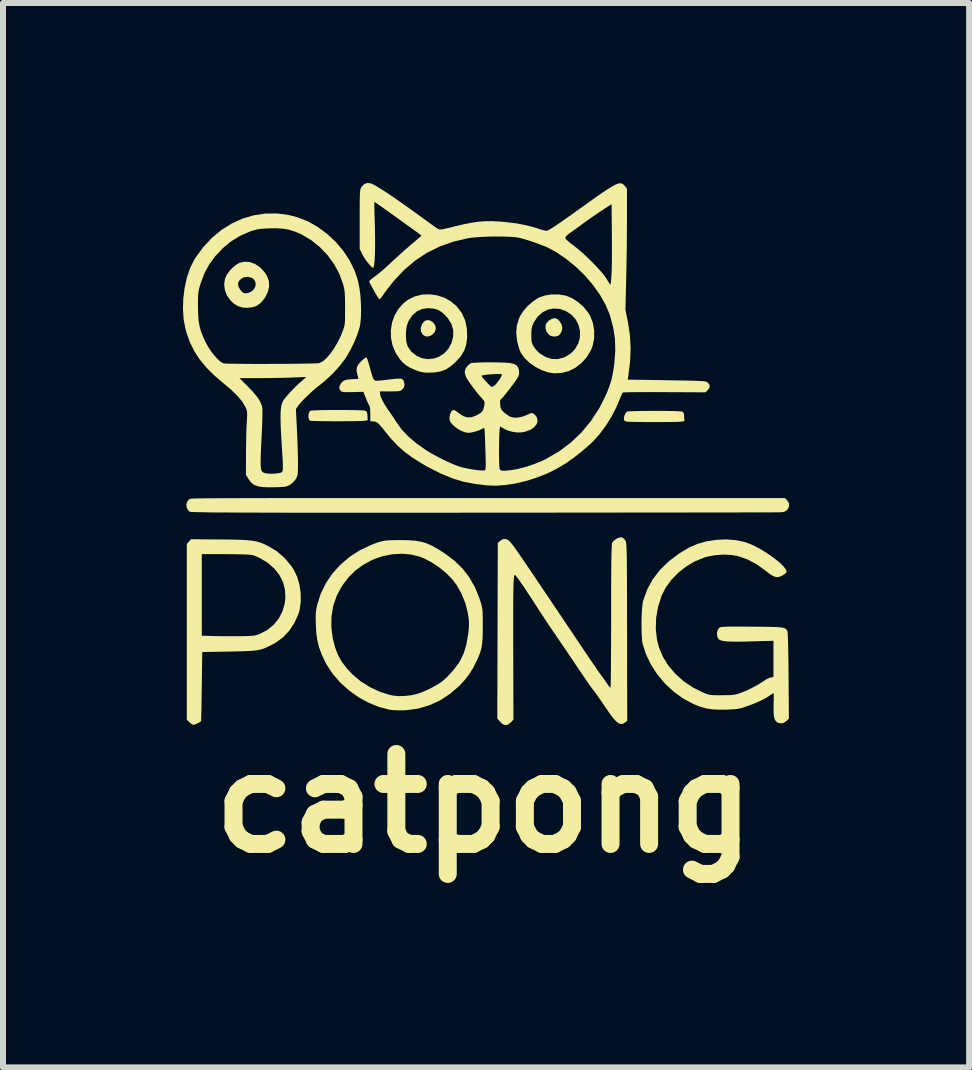
<source format=kicad_pcb>
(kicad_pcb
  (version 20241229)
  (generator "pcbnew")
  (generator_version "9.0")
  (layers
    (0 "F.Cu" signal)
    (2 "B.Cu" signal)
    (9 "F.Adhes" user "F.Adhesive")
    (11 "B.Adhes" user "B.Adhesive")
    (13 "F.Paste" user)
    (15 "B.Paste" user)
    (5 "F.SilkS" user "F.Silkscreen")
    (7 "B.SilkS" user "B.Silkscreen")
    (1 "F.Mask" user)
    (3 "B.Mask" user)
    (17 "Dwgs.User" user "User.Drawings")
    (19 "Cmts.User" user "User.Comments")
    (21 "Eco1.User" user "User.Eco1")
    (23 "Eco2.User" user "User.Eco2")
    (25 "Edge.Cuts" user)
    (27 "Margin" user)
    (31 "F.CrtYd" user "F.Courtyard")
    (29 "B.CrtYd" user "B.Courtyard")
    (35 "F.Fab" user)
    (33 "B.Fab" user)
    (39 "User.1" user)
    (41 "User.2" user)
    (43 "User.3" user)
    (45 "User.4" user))
  (footprint "catpong"
    (layer "F.Cu")
    (at 4.962 4.622)
    (property "Reference" "catpong" (at 0.06 5.72 0) (layer "F.SilkS") (effects (font (size 1.5 1.5) (thickness 0.3))))
    (attr board_only exclude_from_pos_files exclude_from_bom)
    (fp_poly (pts (xy -0.843 -2.33) (xy -0.792 -2.297) (xy -0.756 -2.248) (xy -0.746 -2.194) (xy -0.761 -2.141) (xy -0.799 -2.096) (xy -0.823 -2.081) (xy -0.879 -2.061) (xy -0.925 -2.067) (xy -0.964 -2.095) (xy -0.994 -2.144) (xy -0.998 -2.204) (xy -0.978 -2.265) (xy -0.94 -2.315) (xy -0.894 -2.336)) (stroke (width 0) (type solid)) (fill yes) (layer "F.SilkS"))
    (fp_poly (pts (xy 1.277 -2.355) (xy 1.313 -2.322) (xy 1.344 -2.275) (xy 1.362 -2.225) (xy 1.36 -2.174) (xy 1.34 -2.122) (xy 1.307 -2.082) (xy 1.295 -2.074) (xy 1.24 -2.06) (xy 1.181 -2.068) (xy 1.142 -2.089) (xy 1.102 -2.137) (xy 1.082 -2.195) (xy 1.085 -2.254) (xy 1.094 -2.277) (xy 1.134 -2.325) (xy 1.189 -2.358) (xy 1.241 -2.368)) (stroke (width 0) (type solid)) (fill yes) (layer "F.SilkS"))
    (fp_poly (pts (xy -2.227 -0.836) (xy -2.134 -0.835) (xy -2.052 -0.833) (xy -1.987 -0.831) (xy -1.943 -0.828) (xy -1.927 -0.825) (xy -1.904 -0.815) (xy -1.892 -0.796) (xy -1.887 -0.759) (xy -1.886 -0.74) (xy -1.881 -0.666) (xy -1.937 -0.657) (xy -1.966 -0.654) (xy -2.018 -0.653) (xy -2.09 -0.651) (xy -2.176 -0.65) (xy -2.272 -0.649) (xy -2.374 -0.649) (xy -2.476 -0.649) (xy -2.574 -0.65) (xy -2.664 -0.651) (xy -2.74 -0.652) (xy -2.799 -0.654) (xy -2.835 -0.656) (xy -2.842 -0.657) (xy -2.86 -0.675) (xy -2.869 -0.711) (xy -2.869 -0.754) (xy -2.861 -0.794) (xy -2.843 -0.821) (xy -2.84 -0.823) (xy -2.818 -0.827) (xy -2.772 -0.83) (xy -2.705 -0.833) (xy -2.623 -0.835) (xy -2.529 -0.836) (xy -2.429 -0.837) (xy -2.326 -0.837)) (stroke (width 0) (type solid)) (fill yes) (layer "F.SilkS"))
    (fp_poly (pts (xy 3.053 -0.822) (xy 3.146 -0.82) (xy 3.227 -0.819) (xy 3.292 -0.816) (xy 3.337 -0.813) (xy 3.353 -0.811) (xy 3.376 -0.801) (xy 3.388 -0.781) (xy 3.393 -0.744) (xy 3.394 -0.726) (xy 3.399 -0.651) (xy 3.343 -0.642) (xy 3.314 -0.64) (xy 3.262 -0.638) (xy 3.189 -0.637) (xy 3.102 -0.636) (xy 3.005 -0.635) (xy 2.902 -0.635) (xy 2.798 -0.635) (xy 2.699 -0.636) (xy 2.609 -0.637) (xy 2.532 -0.638) (xy 2.473 -0.64) (xy 2.438 -0.642) (xy 2.432 -0.643) (xy 2.402 -0.657) (xy 2.391 -0.672) (xy 2.389 -0.708) (xy 2.402 -0.753) (xy 2.423 -0.792) (xy 2.442 -0.809) (xy 2.463 -0.813) (xy 2.509 -0.816) (xy 2.575 -0.818) (xy 2.658 -0.82) (xy 2.751 -0.821) (xy 2.851 -0.822) (xy 2.953 -0.822)) (stroke (width 0) (type solid)) (fill yes) (layer "F.SilkS"))
    (fp_poly (pts (xy -3.847 -3.303) (xy -3.76 -3.271) (xy -3.678 -3.216) (xy -3.605 -3.139) (xy -3.564 -3.077) (xy -3.531 -2.993) (xy -3.524 -2.902) (xy -3.544 -2.809) (xy -3.589 -2.717) (xy -3.641 -2.648) (xy -3.681 -2.61) (xy -3.722 -2.579) (xy -3.742 -2.568) (xy -3.814 -2.548) (xy -3.897 -2.54) (xy -3.973 -2.546) (xy -3.975 -2.547) (xy -4.046 -2.569) (xy -4.106 -2.604) (xy -4.165 -2.659) (xy -4.172 -2.666) (xy -4.229 -2.746) (xy -4.263 -2.837) (xy -4.275 -2.931) (xy -4.272 -2.951) (xy -4.043 -2.951) (xy -4.038 -2.897) (xy -4.005 -2.839) (xy -3.998 -2.83) (xy -3.966 -2.798) (xy -3.94 -2.784) (xy -3.908 -2.783) (xy -3.893 -2.784) (xy -3.831 -2.805) (xy -3.793 -2.833) (xy -3.759 -2.882) (xy -3.748 -2.936) (xy -3.76 -2.987) (xy -3.794 -3.028) (xy -3.81 -3.038) (xy -3.878 -3.058) (xy -3.945 -3.048) (xy -3.971 -3.037) (xy -4.02 -2.999) (xy -4.043 -2.951) (xy -4.272 -2.951) (xy -4.262 -3.022) (xy -4.233 -3.09) (xy -4.185 -3.156) (xy -4.126 -3.217) (xy -4.063 -3.266) (xy -4.021 -3.289) (xy -3.935 -3.309)) (stroke (width 0) (type solid)) (fill yes) (layer "F.SilkS"))
    (fp_poly (pts (xy -0.726 -2.748) (xy -0.605 -2.709) (xy -0.495 -2.648) (xy -0.4 -2.567) (xy -0.392 -2.558) (xy -0.312 -2.451) (xy -0.258 -2.333) (xy -0.229 -2.203) (xy -0.223 -2.057) (xy -0.223 -2.046) (xy -0.239 -1.929) (xy -0.273 -1.826) (xy -0.33 -1.732) (xy -0.414 -1.639) (xy -0.418 -1.635) (xy -0.503 -1.561) (xy -0.584 -1.51) (xy -0.668 -1.479) (xy -0.765 -1.463) (xy -0.824 -1.46) (xy -0.896 -1.459) (xy -0.951 -1.463) (xy -1.001 -1.473) (xy -1.057 -1.491) (xy -1.076 -1.498) (xy -1.17 -1.538) (xy -1.244 -1.583) (xy -1.309 -1.64) (xy -1.344 -1.681) (xy -1.418 -1.793) (xy -1.468 -1.914) (xy -1.494 -2.041) (xy -1.494 -2.063) (xy -1.245 -2.063) (xy -1.238 -1.98) (xy -1.22 -1.911) (xy -1.211 -1.89) (xy -1.15 -1.805) (xy -1.071 -1.742) (xy -0.981 -1.701) (xy -0.882 -1.685) (xy -0.78 -1.695) (xy -0.695 -1.724) (xy -0.606 -1.781) (xy -0.534 -1.86) (xy -0.486 -1.951) (xy -0.456 -2.062) (xy -0.456 -2.168) (xy -0.485 -2.268) (xy -0.542 -2.362) (xy -0.587 -2.413) (xy -0.652 -2.472) (xy -0.716 -2.508) (xy -0.789 -2.528) (xy -0.881 -2.534) (xy -0.882 -2.534) (xy -0.977 -2.52) (xy -1.063 -2.48) (xy -1.137 -2.414) (xy -1.197 -2.326) (xy -1.209 -2.302) (xy -1.231 -2.233) (xy -1.243 -2.151) (xy -1.245 -2.063) (xy -1.494 -2.063) (xy -1.496 -2.169) (xy -1.476 -2.295) (xy -1.433 -2.414) (xy -1.369 -2.523) (xy -1.283 -2.618) (xy -1.207 -2.676) (xy -1.097 -2.73) (xy -0.976 -2.76) (xy -0.851 -2.765)) (stroke (width 0) (type solid)) (fill yes) (layer "F.SilkS"))
    (fp_poly (pts (xy 1.411 -2.746) (xy 1.421 -2.743) (xy 1.522 -2.703) (xy 1.622 -2.639) (xy 1.714 -2.558) (xy 1.79 -2.466) (xy 1.829 -2.402) (xy 1.874 -2.283) (xy 1.895 -2.157) (xy 1.893 -2.028) (xy 1.868 -1.906) (xy 1.841 -1.836) (xy 1.771 -1.719) (xy 1.683 -1.62) (xy 1.581 -1.541) (xy 1.469 -1.485) (xy 1.35 -1.454) (xy 1.228 -1.448) (xy 1.129 -1.463) (xy 1.016 -1.502) (xy 0.908 -1.559) (xy 0.811 -1.628) (xy 0.73 -1.707) (xy 0.671 -1.79) (xy 0.668 -1.797) (xy 0.649 -1.844) (xy 0.629 -1.909) (xy 0.611 -1.977) (xy 0.609 -1.991) (xy 0.598 -2.088) (xy 0.846 -2.088) (xy 0.847 -2.023) (xy 0.852 -1.977) (xy 0.862 -1.941) (xy 0.881 -1.904) (xy 0.887 -1.893) (xy 0.924 -1.842) (xy 0.97 -1.794) (xy 0.99 -1.778) (xy 1.089 -1.718) (xy 1.186 -1.688) (xy 1.284 -1.685) (xy 1.385 -1.711) (xy 1.41 -1.721) (xy 1.502 -1.777) (xy 1.575 -1.852) (xy 1.627 -1.942) (xy 1.655 -2.041) (xy 1.658 -2.146) (xy 1.634 -2.251) (xy 1.633 -2.253) (xy 1.585 -2.349) (xy 1.518 -2.423) (xy 1.429 -2.482) (xy 1.424 -2.485) (xy 1.321 -2.521) (xy 1.22 -2.529) (xy 1.123 -2.511) (xy 1.034 -2.466) (xy 0.956 -2.397) (xy 0.892 -2.305) (xy 0.882 -2.286) (xy 0.863 -2.241) (xy 0.852 -2.196) (xy 0.847 -2.14) (xy 0.846 -2.088) (xy 0.598 -2.088) (xy 0.594 -2.121) (xy 0.604 -2.241) (xy 0.64 -2.359) (xy 0.661 -2.406) (xy 0.713 -2.487) (xy 0.784 -2.569) (xy 0.867 -2.642) (xy 0.953 -2.7) (xy 0.98 -2.714) (xy 1.076 -2.746) (xy 1.186 -2.763) (xy 1.301 -2.763)) (stroke (width 0) (type solid)) (fill yes) (layer "F.SilkS"))
    (fp_poly (pts (xy -0.932 0.632) (xy -0.532 0.632) (xy -0.104 0.632) (xy 0.35 0.632) (xy 0.833 0.632) (xy 0.938 0.632) (xy 5.075 0.632) (xy 5.112 0.669) (xy 5.142 0.717) (xy 5.145 0.768) (xy 5.119 0.818) (xy 5.109 0.829) (xy 5.086 0.849) (xy 5.062 0.86) (xy 5.028 0.867) (xy 4.975 0.869) (xy 4.951 0.87) (xy 4.927 0.87) (xy 4.875 0.87) (xy 4.795 0.871) (xy 4.69 0.871) (xy 4.56 0.871) (xy 4.405 0.871) (xy 4.229 0.872) (xy 4.03 0.872) (xy 3.811 0.872) (xy 3.573 0.872) (xy 3.317 0.873) (xy 3.044 0.873) (xy 2.754 0.873) (xy 2.45 0.873) (xy 2.133 0.874) (xy 1.802 0.874) (xy 1.46 0.874) (xy 1.108 0.875) (xy 0.747 0.875) (xy 0.377 0.875) (xy 0.004 0.875) (xy -0.454 0.876) (xy -0.884 0.876) (xy -1.286 0.876) (xy -1.661 0.876) (xy -2.01 0.876) (xy -2.334 0.876) (xy -2.634 0.876) (xy -2.91 0.876) (xy -3.164 0.876) (xy -3.396 0.875) (xy -3.607 0.875) (xy -3.798 0.874) (xy -3.97 0.874) (xy -4.124 0.873) (xy -4.26 0.872) (xy -4.379 0.872) (xy -4.483 0.871) (xy -4.572 0.87) (xy -4.647 0.868) (xy -4.709 0.867) (xy -4.758 0.866) (xy -4.796 0.864) (xy -4.824 0.863) (xy -4.842 0.861) (xy -4.85 0.859) (xy -4.851 0.859) (xy -4.877 0.832) (xy -4.897 0.795) (xy -4.906 0.743) (xy -4.893 0.694) (xy -4.863 0.657) (xy -4.844 0.646) (xy -4.84 0.645) (xy -4.835 0.644) (xy -4.827 0.643) (xy -4.815 0.642) (xy -4.8 0.641) (xy -4.779 0.64) (xy -4.753 0.639) (xy -4.72 0.638) (xy -4.679 0.637) (xy -4.63 0.637) (xy -4.571 0.636) (xy -4.502 0.635) (xy -4.422 0.635) (xy -4.331 0.634) (xy -4.226 0.634) (xy -4.108 0.634) (xy -3.975 0.633) (xy -3.827 0.633) (xy -3.662 0.633) (xy -3.48 0.632) (xy -3.281 0.632) (xy -3.062 0.632) (xy -2.824 0.632) (xy -2.565 0.632) (xy -2.285 0.632) (xy -1.982 0.632) (xy -1.657 0.632) (xy -1.307 0.632)) (stroke (width 0) (type solid)) (fill yes) (layer "F.SilkS"))
    (fp_poly (pts (xy -4.352 1.322) (xy -4.199 1.323) (xy -4.072 1.326) (xy -3.967 1.329) (xy -3.88 1.335) (xy -3.808 1.343) (xy -3.747 1.353) (xy -3.693 1.367) (xy -3.643 1.384) (xy -3.593 1.406) (xy -3.552 1.426) (xy -3.4 1.517) (xy -3.267 1.631) (xy -3.155 1.765) (xy -3.112 1.831) (xy -3.057 1.946) (xy -3.019 2.078) (xy -2.999 2.218) (xy -2.997 2.358) (xy -3.016 2.49) (xy -3.034 2.557) (xy -3.101 2.709) (xy -3.189 2.843) (xy -3.296 2.956) (xy -3.421 3.046) (xy -3.464 3.07) (xy -3.523 3.099) (xy -3.574 3.124) (xy -3.621 3.143) (xy -3.669 3.157) (xy -3.721 3.168) (xy -3.782 3.176) (xy -3.856 3.181) (xy -3.947 3.185) (xy -4.059 3.188) (xy -4.192 3.191) (xy -4.64 3.199) (xy -4.648 3.772) (xy -4.65 3.899) (xy -4.652 4.017) (xy -4.653 4.121) (xy -4.655 4.21) (xy -4.657 4.28) (xy -4.658 4.327) (xy -4.659 4.349) (xy -4.659 4.35) (xy -4.681 4.367) (xy -4.718 4.387) (xy -4.756 4.404) (xy -4.784 4.412) (xy -4.785 4.412) (xy -4.812 4.402) (xy -4.846 4.378) (xy -4.855 4.369) (xy -4.898 4.326) (xy -4.898 2.863) (xy -4.898 1.566) (xy -4.648 1.566) (xy -4.648 2.246) (xy -4.648 2.926) (xy -4.497 2.931) (xy -4.432 2.933) (xy -4.346 2.934) (xy -4.247 2.935) (xy -4.143 2.935) (xy -4.059 2.935) (xy -3.958 2.934) (xy -3.882 2.932) (xy -3.824 2.929) (xy -3.78 2.925) (xy -3.745 2.918) (xy -3.714 2.909) (xy -3.687 2.899) (xy -3.56 2.834) (xy -3.453 2.748) (xy -3.366 2.643) (xy -3.303 2.522) (xy -3.265 2.388) (xy -3.254 2.299) (xy -3.26 2.164) (xy -3.293 2.035) (xy -3.353 1.916) (xy -3.437 1.809) (xy -3.544 1.714) (xy -3.672 1.636) (xy -3.771 1.592) (xy -3.795 1.585) (xy -3.827 1.579) (xy -3.87 1.575) (xy -3.929 1.572) (xy -4.006 1.57) (xy -4.106 1.568) (xy -4.231 1.567) (xy -4.239 1.567) (xy -4.648 1.566) (xy -4.898 1.566) (xy -4.898 1.399) (xy -4.863 1.358) (xy -4.828 1.318)) (stroke (width 0) (type solid)) (fill yes) (layer "F.SilkS"))
    (fp_poly (pts (xy -1.209 1.334) (xy -1.094 1.342) (xy -0.993 1.359) (xy -0.9 1.387) (xy -0.807 1.428) (xy -0.707 1.484) (xy -0.592 1.558) (xy -0.589 1.56) (xy -0.433 1.678) (xy -0.3 1.808) (xy -0.188 1.953) (xy -0.095 2.117) (xy -0.019 2.303) (xy 0.002 2.368) (xy 0.014 2.409) (xy 0.023 2.448) (xy 0.03 2.49) (xy 0.034 2.54) (xy 0.036 2.604) (xy 0.037 2.688) (xy 0.037 2.765) (xy 0.036 2.883) (xy 0.033 2.978) (xy 0.027 3.056) (xy 0.017 3.122) (xy 0.001 3.183) (xy -0.02 3.244) (xy -0.05 3.313) (xy -0.066 3.348) (xy -0.131 3.475) (xy -0.199 3.583) (xy -0.278 3.681) (xy -0.355 3.763) (xy -0.51 3.897) (xy -0.678 4.006) (xy -0.856 4.087) (xy -1.042 4.142) (xy -1.237 4.168) (xy -1.272 4.17) (xy -1.348 4.171) (xy -1.422 4.169) (xy -1.484 4.165) (xy -1.512 4.161) (xy -1.692 4.115) (xy -1.87 4.043) (xy -2.04 3.949) (xy -2.199 3.834) (xy -2.343 3.704) (xy -2.468 3.559) (xy -2.569 3.404) (xy -2.585 3.374) (xy -2.646 3.245) (xy -2.69 3.128) (xy -2.72 3.012) (xy -2.738 2.887) (xy -2.744 2.782) (xy -2.488 2.782) (xy -2.465 2.965) (xy -2.464 2.971) (xy -2.426 3.12) (xy -2.376 3.25) (xy -2.31 3.367) (xy -2.223 3.479) (xy -2.133 3.574) (xy -1.998 3.687) (xy -1.844 3.784) (xy -1.68 3.861) (xy -1.511 3.914) (xy -1.452 3.926) (xy -1.364 3.934) (xy -1.261 3.931) (xy -1.155 3.919) (xy -1.082 3.903) (xy -1 3.877) (xy -0.905 3.838) (xy -0.807 3.79) (xy -0.717 3.74) (xy -0.647 3.694) (xy -0.577 3.633) (xy -0.501 3.555) (xy -0.428 3.469) (xy -0.365 3.383) (xy -0.346 3.353) (xy -0.283 3.226) (xy -0.237 3.075) (xy -0.207 2.901) (xy -0.204 2.88) (xy -0.196 2.799) (xy -0.193 2.735) (xy -0.195 2.678) (xy -0.202 2.616) (xy -0.211 2.557) (xy -0.251 2.391) (xy -0.318 2.227) (xy -0.395 2.088) (xy -0.472 1.986) (xy -0.572 1.884) (xy -0.688 1.789) (xy -0.813 1.705) (xy -0.942 1.638) (xy -1.02 1.607) (xy -1.159 1.573) (xy -1.31 1.56) (xy -1.467 1.569) (xy -1.623 1.598) (xy -1.772 1.648) (xy -1.816 1.668) (xy -1.962 1.748) (xy -2.087 1.839) (xy -2.197 1.948) (xy -2.298 2.08) (xy -2.32 2.114) (xy -2.4 2.265) (xy -2.456 2.429) (xy -2.485 2.602) (xy -2.488 2.782) (xy -2.744 2.782) (xy -2.746 2.75) (xy -2.749 2.659) (xy -2.748 2.588) (xy -2.745 2.53) (xy -2.737 2.477) (xy -2.726 2.42) (xy -2.723 2.408) (xy -2.664 2.224) (xy -2.579 2.051) (xy -2.47 1.89) (xy -2.338 1.744) (xy -2.187 1.615) (xy -2.017 1.504) (xy -1.83 1.415) (xy -1.721 1.374) (xy -1.672 1.359) (xy -1.63 1.348) (xy -1.587 1.341) (xy -1.538 1.336) (xy -1.475 1.334) (xy -1.392 1.333) (xy -1.346 1.332)) (stroke (width 0) (type solid)) (fill yes) (layer "F.SilkS"))
    (fp_poly (pts (xy 2.359 1.286) (xy 2.391 1.31) (xy 2.414 1.34) (xy 2.419 1.347) (xy 2.422 1.357) (xy 2.426 1.372) (xy 2.429 1.393) (xy 2.431 1.423) (xy 2.433 1.463) (xy 2.435 1.514) (xy 2.437 1.579) (xy 2.438 1.659) (xy 2.439 1.756) (xy 2.44 1.871) (xy 2.441 2.007) (xy 2.441 2.165) (xy 2.442 2.347) (xy 2.442 2.554) (xy 2.443 2.788) (xy 2.443 2.86) (xy 2.445 4.344) (xy 2.412 4.371) (xy 2.377 4.393) (xy 2.342 4.399) (xy 2.305 4.388) (xy 2.264 4.358) (xy 2.216 4.307) (xy 2.16 4.234) (xy 2.092 4.136) (xy 2.085 4.125) (xy 2.034 4.049) (xy 1.984 3.977) (xy 1.94 3.914) (xy 1.905 3.866) (xy 1.887 3.843) (xy 1.873 3.825) (xy 1.857 3.804) (xy 1.839 3.779) (xy 1.815 3.746) (xy 1.786 3.703) (xy 1.749 3.649) (xy 1.702 3.58) (xy 1.644 3.495) (xy 1.573 3.39) (xy 1.488 3.264) (xy 1.464 3.228) (xy 1.404 3.14) (xy 1.341 3.047) (xy 1.28 2.957) (xy 1.226 2.878) (xy 1.195 2.833) (xy 1.152 2.769) (xy 1.097 2.688) (xy 1.037 2.595) (xy 0.974 2.5) (xy 0.915 2.408) (xy 0.914 2.407) (xy 0.838 2.289) (xy 0.768 2.183) (xy 0.707 2.092) (xy 0.655 2.017) (xy 0.614 1.961) (xy 0.586 1.925) (xy 0.572 1.912) (xy 0.572 1.912) (xy 0.566 1.915) (xy 0.562 1.925) (xy 0.558 1.943) (xy 0.555 1.972) (xy 0.552 2.013) (xy 0.549 2.069) (xy 0.548 2.14) (xy 0.546 2.228) (xy 0.545 2.337) (xy 0.545 2.466) (xy 0.545 2.618) (xy 0.545 2.794) (xy 0.545 2.997) (xy 0.545 3.158) (xy 0.548 4.326) (xy 0.508 4.368) (xy 0.464 4.405) (xy 0.424 4.418) (xy 0.388 4.411) (xy 0.359 4.393) (xy 0.326 4.362) (xy 0.318 4.353) (xy 0.279 4.307) (xy 0.283 2.843) (xy 0.287 1.38) (xy 0.328 1.344) (xy 0.377 1.315) (xy 0.424 1.314) (xy 0.473 1.342) (xy 0.473 1.342) (xy 0.483 1.351) (xy 0.494 1.363) (xy 0.507 1.378) (xy 0.524 1.399) (xy 0.545 1.427) (xy 0.572 1.463) (xy 0.604 1.509) (xy 0.643 1.565) (xy 0.69 1.633) (xy 0.746 1.715) (xy 0.811 1.811) (xy 0.887 1.923) (xy 0.974 2.053) (xy 1.074 2.201) (xy 1.187 2.369) (xy 1.314 2.558) (xy 1.456 2.77) (xy 1.522 2.868) (xy 1.607 2.994) (xy 1.688 3.115) (xy 1.763 3.227) (xy 1.832 3.328) (xy 1.892 3.416) (xy 1.941 3.488) (xy 1.978 3.542) (xy 2.002 3.574) (xy 2.007 3.581) (xy 2.042 3.628) (xy 2.081 3.684) (xy 2.104 3.717) (xy 2.132 3.757) (xy 2.154 3.785) (xy 2.166 3.795) (xy 2.167 3.78) (xy 2.169 3.739) (xy 2.171 3.672) (xy 2.172 3.583) (xy 2.173 3.472) (xy 2.174 3.344) (xy 2.175 3.199) (xy 2.176 3.04) (xy 2.176 2.869) (xy 2.177 2.689) (xy 2.177 2.604) (xy 2.177 2.366) (xy 2.177 2.157) (xy 2.178 1.975) (xy 2.179 1.819) (xy 2.18 1.689) (xy 2.182 1.583) (xy 2.184 1.499) (xy 2.187 1.438) (xy 2.19 1.398) (xy 2.193 1.378) (xy 2.193 1.377) (xy 2.216 1.348) (xy 2.254 1.318) (xy 2.274 1.306) (xy 2.323 1.286)) (stroke (width 0) (type solid)) (fill yes) (layer "F.SilkS"))
    (fp_poly (pts (xy 4.261 1.334) (xy 4.395 1.362) (xy 4.479 1.391) (xy 4.57 1.432) (xy 4.664 1.482) (xy 4.758 1.539) (xy 4.848 1.599) (xy 4.93 1.661) (xy 5.001 1.72) (xy 5.055 1.776) (xy 5.091 1.824) (xy 5.104 1.863) (xy 5.092 1.88) (xy 5.062 1.905) (xy 5.038 1.92) (xy 4.989 1.943) (xy 4.943 1.951) (xy 4.895 1.94) (xy 4.841 1.911) (xy 4.774 1.861) (xy 4.753 1.844) (xy 4.606 1.738) (xy 4.45 1.655) (xy 4.301 1.602) (xy 4.183 1.58) (xy 4.05 1.574) (xy 3.912 1.584) (xy 3.781 1.608) (xy 3.728 1.623) (xy 3.575 1.686) (xy 3.431 1.771) (xy 3.299 1.874) (xy 3.184 1.991) (xy 3.089 2.12) (xy 3.02 2.255) (xy 3.018 2.26) (xy 2.96 2.444) (xy 2.927 2.629) (xy 2.921 2.813) (xy 2.941 2.991) (xy 2.973 3.118) (xy 3.039 3.276) (xy 3.131 3.425) (xy 3.247 3.561) (xy 3.383 3.684) (xy 3.538 3.788) (xy 3.699 3.869) (xy 3.747 3.889) (xy 3.786 3.903) (xy 3.822 3.912) (xy 3.865 3.917) (xy 3.92 3.919) (xy 3.994 3.919) (xy 4.023 3.919) (xy 4.11 3.918) (xy 4.176 3.916) (xy 4.226 3.911) (xy 4.269 3.902) (xy 4.312 3.889) (xy 4.324 3.885) (xy 4.413 3.85) (xy 4.507 3.806) (xy 4.597 3.759) (xy 4.675 3.713) (xy 4.717 3.684) (xy 4.764 3.653) (xy 4.811 3.631) (xy 4.833 3.624) (xy 4.883 3.615) (xy 4.883 3.313) (xy 4.883 3.011) (xy 4.533 3.021) (xy 4.387 3.025) (xy 4.267 3.026) (xy 4.171 3.025) (xy 4.096 3.021) (xy 4.041 3.013) (xy 4.001 3.003) (xy 3.975 2.989) (xy 3.969 2.983) (xy 3.947 2.944) (xy 3.941 2.892) (xy 3.949 2.84) (xy 3.972 2.801) (xy 3.973 2.8) (xy 3.982 2.793) (xy 3.995 2.787) (xy 4.013 2.782) (xy 4.041 2.779) (xy 4.081 2.777) (xy 4.136 2.775) (xy 4.209 2.775) (xy 4.303 2.775) (xy 4.422 2.775) (xy 4.519 2.776) (xy 4.662 2.777) (xy 4.779 2.778) (xy 4.872 2.78) (xy 4.944 2.783) (xy 4.999 2.787) (xy 5.039 2.793) (xy 5.068 2.801) (xy 5.088 2.812) (xy 5.101 2.825) (xy 5.112 2.842) (xy 5.116 2.85) (xy 5.119 2.869) (xy 5.122 2.916) (xy 5.125 2.986) (xy 5.128 3.077) (xy 5.13 3.187) (xy 5.132 3.313) (xy 5.134 3.451) (xy 5.135 3.592) (xy 5.14 4.309) (xy 5.104 4.345) (xy 5.051 4.381) (xy 4.997 4.389) (xy 4.955 4.376) (xy 4.927 4.356) (xy 4.907 4.328) (xy 4.894 4.288) (xy 4.887 4.231) (xy 4.885 4.152) (xy 4.886 4.076) (xy 4.887 4.005) (xy 4.888 3.945) (xy 4.887 3.903) (xy 4.886 3.883) (xy 4.886 3.883) (xy 4.872 3.89) (xy 4.842 3.91) (xy 4.819 3.925) (xy 4.743 3.973) (xy 4.656 4.017) (xy 4.553 4.061) (xy 4.456 4.097) (xy 4.392 4.119) (xy 4.34 4.135) (xy 4.292 4.145) (xy 4.239 4.152) (xy 4.173 4.156) (xy 4.093 4.159) (xy 3.966 4.16) (xy 3.859 4.154) (xy 3.763 4.139) (xy 3.671 4.113) (xy 3.574 4.076) (xy 3.556 4.068) (xy 3.385 3.978) (xy 3.225 3.864) (xy 3.079 3.729) (xy 2.951 3.577) (xy 2.843 3.412) (xy 2.758 3.236) (xy 2.705 3.074) (xy 2.695 3.017) (xy 2.688 2.938) (xy 2.684 2.843) (xy 2.683 2.74) (xy 2.684 2.634) (xy 2.688 2.533) (xy 2.695 2.444) (xy 2.704 2.373) (xy 2.711 2.341) (xy 2.777 2.159) (xy 2.869 1.989) (xy 2.988 1.833) (xy 3.133 1.69) (xy 3.305 1.56) (xy 3.471 1.459) (xy 3.61 1.398) (xy 3.765 1.354) (xy 3.931 1.328) (xy 4.098 1.321)) (stroke (width 0) (type solid)) (fill yes) (layer "F.SilkS"))
    (fp_poly (pts (xy -3.192 -4.086) (xy -3.052 -4.049) (xy -2.878 -3.981) (xy -2.711 -3.886) (xy -2.555 -3.77) (xy -2.412 -3.636) (xy -2.286 -3.486) (xy -2.18 -3.324) (xy -2.097 -3.154) (xy -2.045 -2.996) (xy -2.022 -2.885) (xy -2.005 -2.761) (xy -1.995 -2.63) (xy -1.992 -2.5) (xy -1.995 -2.379) (xy -2.005 -2.274) (xy -2.017 -2.213) (xy -2.052 -2.101) (xy -2.102 -1.977) (xy -2.162 -1.852) (xy -2.227 -1.738) (xy -2.252 -1.698) (xy -2.342 -1.579) (xy -2.45 -1.458) (xy -2.57 -1.344) (xy -2.684 -1.25) (xy -2.743 -1.204) (xy -2.808 -1.147) (xy -2.876 -1.084) (xy -2.94 -1.022) (xy -2.993 -0.965) (xy -3.031 -0.92) (xy -3.037 -0.912) (xy -3.079 -0.852) (xy -3.061 -0.503) (xy -3.056 -0.389) (xy -3.052 -0.271) (xy -3.048 -0.155) (xy -3.045 -0.051) (xy -3.044 0.033) (xy -3.044 0.052) (xy -3.045 0.135) (xy -3.046 0.194) (xy -3.049 0.235) (xy -3.056 0.265) (xy -3.066 0.289) (xy -3.08 0.314) (xy -3.084 0.319) (xy -3.122 0.365) (xy -3.169 0.405) (xy -3.183 0.414) (xy -3.211 0.428) (xy -3.24 0.438) (xy -3.277 0.444) (xy -3.328 0.448) (xy -3.399 0.451) (xy -3.442 0.452) (xy -3.557 0.452) (xy -3.645 0.447) (xy -3.706 0.437) (xy -3.709 0.436) (xy -3.764 0.417) (xy -3.804 0.393) (xy -3.839 0.356) (xy -3.871 0.31) (xy -3.912 0.244) (xy -3.911 -0.102) (xy -3.91 -0.214) (xy -3.908 -0.329) (xy -3.906 -0.438) (xy -3.903 -0.536) (xy -3.899 -0.614) (xy -3.898 -0.632) (xy -3.893 -0.709) (xy -3.891 -0.764) (xy -3.893 -0.803) (xy -3.899 -0.834) (xy -3.909 -0.863) (xy -3.925 -0.896) (xy -3.976 -0.98) (xy -4.053 -1.071) (xy -4.156 -1.172) (xy -4.273 -1.27) (xy -4.387 -1.368) (xy -4.02 -1.368) (xy -3.876 -1.224) (xy -3.787 -1.131) (xy -3.721 -1.05) (xy -3.675 -0.978) (xy -3.648 -0.911) (xy -3.639 -0.871) (xy -3.637 -0.84) (xy -3.637 -0.784) (xy -3.638 -0.708) (xy -3.641 -0.616) (xy -3.645 -0.513) (xy -3.649 -0.408) (xy -3.657 -0.259) (xy -3.663 -0.136) (xy -3.666 -0.038) (xy -3.667 0.04) (xy -3.665 0.099) (xy -3.66 0.142) (xy -3.652 0.173) (xy -3.639 0.193) (xy -3.622 0.206) (xy -3.6 0.214) (xy -3.573 0.22) (xy -3.564 0.221) (xy -3.513 0.226) (xy -3.451 0.226) (xy -3.39 0.22) (xy -3.34 0.211) (xy -3.32 0.204) (xy -3.311 0.197) (xy -3.304 0.188) (xy -3.299 0.171) (xy -3.296 0.145) (xy -3.296 0.106) (xy -3.297 0.052) (xy -3.3 -0.021) (xy -3.306 -0.117) (xy -3.314 -0.236) (xy -3.318 -0.306) (xy -3.327 -0.465) (xy -3.333 -0.597) (xy -3.335 -0.706) (xy -3.334 -0.794) (xy -3.328 -0.864) (xy -3.319 -0.92) (xy -3.305 -0.963) (xy -3.298 -0.979) (xy -3.271 -1.02) (xy -3.227 -1.074) (xy -3.17 -1.137) (xy -3.105 -1.205) (xy -3.037 -1.271) (xy -2.978 -1.323) (xy -2.905 -1.387) (xy -3.162 -1.377) (xy -3.265 -1.374) (xy -3.386 -1.371) (xy -3.514 -1.369) (xy -3.639 -1.368) (xy -3.72 -1.368) (xy -4.02 -1.368) (xy -4.387 -1.368) (xy -4.434 -1.408) (xy -4.57 -1.543) (xy -4.682 -1.678) (xy -4.772 -1.817) (xy -4.845 -1.963) (xy -4.901 -2.12) (xy -4.919 -2.184) (xy -4.95 -2.345) (xy -4.962 -2.518) (xy -4.96 -2.575) (xy -4.712 -2.575) (xy -4.712 -2.566) (xy -4.709 -2.437) (xy -4.701 -2.328) (xy -4.685 -2.232) (xy -4.659 -2.142) (xy -4.622 -2.048) (xy -4.582 -1.963) (xy -4.541 -1.888) (xy -4.491 -1.814) (xy -4.438 -1.745) (xy -4.384 -1.686) (xy -4.335 -1.641) (xy -4.295 -1.617) (xy -4.283 -1.614) (xy -4.253 -1.611) (xy -4.198 -1.609) (xy -4.121 -1.608) (xy -4.025 -1.607) (xy -3.915 -1.606) (xy -3.793 -1.605) (xy -3.664 -1.605) (xy -3.53 -1.605) (xy -3.395 -1.606) (xy -3.262 -1.606) (xy -3.135 -1.607) (xy -3.017 -1.609) (xy -2.912 -1.61) (xy -2.823 -1.612) (xy -2.754 -1.614) (xy -2.707 -1.616) (xy -2.688 -1.619) (xy -2.632 -1.647) (xy -2.571 -1.699) (xy -2.507 -1.772) (xy -2.444 -1.861) (xy -2.384 -1.963) (xy -2.33 -2.074) (xy -2.305 -2.136) (xy -2.289 -2.179) (xy -2.277 -2.215) (xy -2.268 -2.249) (xy -2.263 -2.287) (xy -2.26 -2.335) (xy -2.259 -2.399) (xy -2.259 -2.483) (xy -2.259 -2.537) (xy -2.259 -2.64) (xy -2.261 -2.72) (xy -2.264 -2.783) (xy -2.27 -2.834) (xy -2.278 -2.879) (xy -2.289 -2.925) (xy -2.292 -2.934) (xy -2.353 -3.103) (xy -2.44 -3.265) (xy -2.549 -3.415) (xy -2.678 -3.551) (xy -2.823 -3.668) (xy -2.98 -3.761) (xy -2.991 -3.767) (xy -3.094 -3.811) (xy -3.194 -3.842) (xy -3.298 -3.86) (xy -3.415 -3.866) (xy -3.521 -3.865) (xy -3.608 -3.861) (xy -3.675 -3.855) (xy -3.73 -3.846) (xy -3.784 -3.833) (xy -3.839 -3.815) (xy -4.01 -3.74) (xy -4.167 -3.643) (xy -4.299 -3.532) (xy -4.423 -3.401) (xy -4.522 -3.266) (xy -4.601 -3.122) (xy -4.663 -2.959) (xy -4.672 -2.931) (xy -4.688 -2.879) (xy -4.698 -2.833) (xy -4.706 -2.787) (xy -4.71 -2.733) (xy -4.712 -2.665) (xy -4.712 -2.575) (xy -4.96 -2.575) (xy -4.956 -2.696) (xy -4.934 -2.873) (xy -4.896 -3.044) (xy -4.843 -3.202) (xy -4.775 -3.341) (xy -4.752 -3.378) (xy -4.621 -3.555) (xy -4.475 -3.71) (xy -4.316 -3.841) (xy -4.146 -3.947) (xy -3.967 -4.028) (xy -3.78 -4.083) (xy -3.587 -4.112) (xy -3.39 -4.113)) (stroke (width 0) (type solid)) (fill yes) (layer "F.SilkS"))
    (fp_poly (pts (xy -1.834 -4.616) (xy -1.796 -4.6) (xy -1.737 -4.568) (xy -1.66 -4.521) (xy -1.567 -4.461) (xy -1.46 -4.39) (xy -1.342 -4.308) (xy -1.215 -4.218) (xy -1.099 -4.135) (xy -1.01 -4.07) (xy -0.927 -4.009) (xy -0.853 -3.956) (xy -0.792 -3.912) (xy -0.747 -3.881) (xy -0.722 -3.864) (xy -0.721 -3.863) (xy -0.704 -3.854) (xy -0.687 -3.848) (xy -0.666 -3.846) (xy -0.636 -3.85) (xy -0.591 -3.859) (xy -0.527 -3.874) (xy -0.44 -3.895) (xy -0.438 -3.896) (xy -0.285 -3.932) (xy -0.152 -3.958) (xy -0.032 -3.976) (xy 0.082 -3.984) (xy 0.196 -3.985) (xy 0.319 -3.979) (xy 0.414 -3.97) (xy 0.601 -3.947) (xy 0.764 -3.916) (xy 0.907 -3.878) (xy 0.94 -3.867) (xy 1 -3.847) (xy 1.052 -3.833) (xy 1.089 -3.825) (xy 1.097 -3.824) (xy 1.111 -3.827) (xy 1.132 -3.835) (xy 1.161 -3.852) (xy 1.202 -3.877) (xy 1.255 -3.911) (xy 1.322 -3.957) (xy 1.405 -4.015) (xy 1.507 -4.087) (xy 1.628 -4.174) (xy 1.771 -4.276) (xy 1.789 -4.289) (xy 1.921 -4.383) (xy 2.032 -4.46) (xy 2.123 -4.52) (xy 2.196 -4.565) (xy 2.252 -4.595) (xy 2.292 -4.611) (xy 2.306 -4.614) (xy 2.346 -4.616) (xy 2.373 -4.604) (xy 2.402 -4.575) (xy 2.441 -4.528) (xy 2.441 -3.996) (xy 2.44 -3.844) (xy 2.439 -3.677) (xy 2.437 -3.502) (xy 2.434 -3.328) (xy 2.431 -3.164) (xy 2.428 -3.018) (xy 2.427 -2.986) (xy 2.415 -2.508) (xy 2.458 -2.296) (xy 2.49 -2.083) (xy 2.502 -1.868) (xy 2.493 -1.643) (xy 2.463 -1.403) (xy 2.453 -1.343) (xy 3.105 -1.333) (xy 3.261 -1.33) (xy 3.389 -1.328) (xy 3.494 -1.326) (xy 3.577 -1.324) (xy 3.642 -1.321) (xy 3.691 -1.319) (xy 3.726 -1.315) (xy 3.751 -1.311) (xy 3.768 -1.306) (xy 3.779 -1.301) (xy 3.788 -1.293) (xy 3.791 -1.291) (xy 3.819 -1.252) (xy 3.818 -1.212) (xy 3.789 -1.17) (xy 3.787 -1.168) (xy 3.75 -1.131) (xy 3.069 -1.134) (xy 2.93 -1.134) (xy 2.8 -1.135) (xy 2.681 -1.134) (xy 2.578 -1.134) (xy 2.492 -1.133) (xy 2.428 -1.131) (xy 2.387 -1.13) (xy 2.373 -1.128) (xy 2.36 -1.11) (xy 2.343 -1.073) (xy 2.324 -1.026) (xy 2.261 -0.876) (xy 2.181 -0.722) (xy 2.088 -0.574) (xy 1.987 -0.437) (xy 1.882 -0.32) (xy 1.834 -0.273) (xy 1.684 -0.143) (xy 1.545 -0.034) (xy 1.412 0.058) (xy 1.279 0.138) (xy 1.142 0.207) (xy 1.096 0.228) (xy 0.928 0.294) (xy 0.753 0.348) (xy 0.579 0.389) (xy 0.409 0.415) (xy 0.251 0.426) (xy 0.109 0.421) (xy 0.074 0.417) (xy 0.043 0.413) (xy -0.008 0.406) (xy -0.07 0.399) (xy -0.096 0.395) (xy -0.275 0.362) (xy -0.462 0.306) (xy -0.659 0.225) (xy -0.867 0.12) (xy -0.985 0.053) (xy -1.135 -0.042) (xy -1.263 -0.136) (xy -1.376 -0.235) (xy -1.482 -0.345) (xy -1.585 -0.471) (xy -1.64 -0.54) (xy -1.681 -0.588) (xy -1.714 -0.62) (xy -1.742 -0.638) (xy -1.769 -0.645) (xy -1.791 -0.647) (xy -1.838 -0.647) (xy -1.838 -0.769) (xy -1.84 -0.827) (xy -1.844 -0.874) (xy -1.85 -0.902) (xy -1.852 -0.905) (xy -1.864 -0.925) (xy -1.883 -0.964) (xy -1.905 -1.016) (xy -1.91 -1.03) (xy -1.955 -1.14) (xy -2.128 -1.135) (xy -2.21 -1.134) (xy -2.267 -1.135) (xy -2.304 -1.14) (xy -2.327 -1.149) (xy -2.329 -1.151) (xy -2.353 -1.185) (xy -2.354 -1.229) (xy -2.331 -1.276) (xy -2.313 -1.297) (xy -2.288 -1.32) (xy -2.261 -1.334) (xy -2.225 -1.342) (xy -2.17 -1.348) (xy -2.151 -1.349) (xy -2.034 -1.357) (xy -2.054 -1.425) (xy -2.068 -1.491) (xy -2.063 -1.546) (xy -2.036 -1.598) (xy -1.985 -1.654) (xy -1.984 -1.655) (xy -1.941 -1.692) (xy -1.915 -1.71) (xy -1.9 -1.709) (xy -1.897 -1.706) (xy -1.888 -1.684) (xy -1.874 -1.641) (xy -1.857 -1.584) (xy -1.846 -1.546) (xy -1.823 -1.462) (xy -1.805 -1.402) (xy -1.79 -1.363) (xy -1.777 -1.34) (xy -1.762 -1.328) (xy -1.744 -1.324) (xy -1.73 -1.324) (xy -1.697 -1.326) (xy -1.643 -1.331) (xy -1.576 -1.339) (xy -1.516 -1.346) (xy -1.431 -1.356) (xy -1.371 -1.361) (xy -1.33 -1.358) (xy -1.303 -1.349) (xy -1.287 -1.332) (xy -1.279 -1.314) (xy -1.266 -1.259) (xy -1.277 -1.214) (xy -1.301 -1.183) (xy -1.318 -1.168) (xy -1.337 -1.157) (xy -1.364 -1.151) (xy -1.404 -1.148) (xy -1.465 -1.147) (xy -1.507 -1.147) (xy -1.677 -1.147) (xy -1.677 -1.11) (xy -1.667 -1.065) (xy -1.641 -1.004) (xy -1.601 -0.931) (xy -1.55 -0.852) (xy -1.53 -0.824) (xy -1.488 -0.764) (xy -1.445 -0.701) (xy -1.411 -0.647) (xy -1.322 -0.52) (xy -1.209 -0.399) (xy -1.071 -0.281) (xy -0.905 -0.165) (xy -0.818 -0.112) (xy -0.719 -0.058) (xy -0.616 -0.005) (xy -0.515 0.042) (xy -0.422 0.081) (xy -0.345 0.109) (xy -0.319 0.117) (xy -0.245 0.134) (xy -0.167 0.149) (xy -0.091 0.161) (xy -0.022 0.169) (xy 0.032 0.173) (xy 0.065 0.171) (xy 0.068 0.171) (xy 0.075 0.165) (xy 0.081 0.152) (xy 0.084 0.129) (xy 0.086 0.092) (xy 0.086 0.037) (xy 0.084 -0.04) (xy 0.082 -0.14) (xy 0.08 -0.18) (xy 0.077 -0.278) (xy 0.074 -0.365) (xy 0.07 -0.439) (xy 0.067 -0.494) (xy 0.065 -0.526) (xy 0.064 -0.533) (xy 0.048 -0.534) (xy 0.024 -0.522) (xy -0.024 -0.498) (xy -0.089 -0.477) (xy -0.155 -0.461) (xy -0.207 -0.456) (xy -0.267 -0.467) (xy -0.337 -0.496) (xy -0.406 -0.539) (xy -0.462 -0.587) (xy -0.497 -0.627) (xy -0.514 -0.661) (xy -0.519 -0.701) (xy -0.519 -0.704) (xy -0.512 -0.755) (xy -0.494 -0.8) (xy -0.47 -0.83) (xy -0.45 -0.838) (xy -0.428 -0.829) (xy -0.393 -0.807) (xy -0.369 -0.788) (xy -0.294 -0.737) (xy -0.221 -0.713) (xy -0.147 -0.717) (xy -0.066 -0.748) (xy -0.059 -0.752) (xy -0.005 -0.783) (xy 0.028 -0.812) (xy 0.047 -0.849) (xy 0.059 -0.898) (xy 0.067 -0.944) (xy 0.065 -0.974) (xy 0.052 -0.998) (xy 0.025 -1.029) (xy -0.019 -1.077) (xy -0.068 -1.137) (xy -0.118 -1.203) (xy -0.166 -1.268) (xy -0.206 -1.326) (xy -0.234 -1.371) (xy -0.243 -1.388) (xy -0.249 -1.406) (xy 0.015 -1.406) (xy 0.025 -1.389) (xy 0.049 -1.359) (xy 0.082 -1.321) (xy 0.118 -1.282) (xy 0.152 -1.248) (xy 0.176 -1.226) (xy 0.185 -1.221) (xy 0.203 -1.227) (xy 0.221 -1.236) (xy 0.245 -1.255) (xy 0.274 -1.289) (xy 0.305 -1.33) (xy 0.333 -1.372) (xy 0.351 -1.407) (xy 0.357 -1.428) (xy 0.356 -1.43) (xy 0.336 -1.435) (xy 0.296 -1.437) (xy 0.242 -1.436) (xy 0.182 -1.432) (xy 0.122 -1.427) (xy 0.07 -1.421) (xy 0.032 -1.414) (xy 0.015 -1.407) (xy 0.015 -1.406) (xy -0.249 -1.406) (xy -0.257 -1.431) (xy -0.265 -1.468) (xy -0.265 -1.472) (xy -0.253 -1.52) (xy -0.222 -1.568) (xy -0.182 -1.605) (xy -0.159 -1.617) (xy -0.129 -1.622) (xy -0.075 -1.626) (xy -0.002 -1.629) (xy 0.082 -1.631) (xy 0.172 -1.631) (xy 0.263 -1.63) (xy 0.349 -1.628) (xy 0.424 -1.625) (xy 0.483 -1.62) (xy 0.489 -1.619) (xy 0.56 -1.604) (xy 0.606 -1.576) (xy 0.633 -1.531) (xy 0.642 -1.483) (xy 0.643 -1.437) (xy 0.631 -1.397) (xy 0.608 -1.358) (xy 0.566 -1.298) (xy 0.519 -1.234) (xy 0.471 -1.17) (xy 0.425 -1.113) (xy 0.386 -1.064) (xy 0.355 -1.031) (xy 0.338 -1.015) (xy 0.336 -1.015) (xy 0.327 -1.001) (xy 0.325 -0.96) (xy 0.327 -0.931) (xy 0.333 -0.88) (xy 0.346 -0.846) (xy 0.37 -0.816) (xy 0.391 -0.797) (xy 0.434 -0.763) (xy 0.477 -0.734) (xy 0.492 -0.725) (xy 0.547 -0.71) (xy 0.618 -0.71) (xy 0.695 -0.725) (xy 0.771 -0.753) (xy 0.777 -0.756) (xy 0.821 -0.777) (xy 0.849 -0.786) (xy 0.869 -0.783) (xy 0.888 -0.772) (xy 0.921 -0.74) (xy 0.941 -0.708) (xy 0.95 -0.651) (xy 0.933 -0.597) (xy 0.892 -0.548) (xy 0.831 -0.507) (xy 0.752 -0.477) (xy 0.682 -0.463) (xy 0.612 -0.462) (xy 0.533 -0.473) (xy 0.456 -0.494) (xy 0.394 -0.522) (xy 0.382 -0.53) (xy 0.35 -0.55) (xy 0.326 -0.559) (xy 0.325 -0.559) (xy 0.321 -0.545) (xy 0.317 -0.507) (xy 0.314 -0.449) (xy 0.311 -0.376) (xy 0.31 -0.293) (xy 0.309 -0.206) (xy 0.308 -0.118) (xy 0.309 -0.036) (xy 0.31 0.037) (xy 0.313 0.095) (xy 0.316 0.134) (xy 0.318 0.143) (xy 0.328 0.164) (xy 0.349 0.174) (xy 0.389 0.176) (xy 0.395 0.176) (xy 0.501 0.168) (xy 0.624 0.146) (xy 0.757 0.111) (xy 0.892 0.066) (xy 1.022 0.013) (xy 1.091 -0.02) (xy 1.309 -0.147) (xy 1.508 -0.296) (xy 1.686 -0.466) (xy 1.843 -0.657) (xy 1.98 -0.868) (xy 2.06 -1.024) (xy 2.111 -1.136) (xy 2.15 -1.236) (xy 2.18 -1.332) (xy 2.202 -1.433) (xy 2.222 -1.551) (xy 2.23 -1.61) (xy 2.246 -1.821) (xy 2.241 -2.02) (xy 2.211 -2.214) (xy 2.158 -2.41) (xy 2.154 -2.424) (xy 2.085 -2.589) (xy 1.991 -2.756) (xy 1.875 -2.919) (xy 1.741 -3.076) (xy 1.591 -3.222) (xy 1.43 -3.354) (xy 1.262 -3.468) (xy 1.15 -3.529) (xy 1.085 -3.559) (xy 1.001 -3.593) (xy 0.905 -3.628) (xy 0.807 -3.661) (xy 0.715 -3.689) (xy 0.643 -3.707) (xy 1.412 -3.707) (xy 1.424 -3.685) (xy 1.46 -3.65) (xy 1.517 -3.604) (xy 1.548 -3.581) (xy 1.622 -3.522) (xy 1.704 -3.452) (xy 1.789 -3.373) (xy 1.872 -3.291) (xy 1.95 -3.209) (xy 2.018 -3.133) (xy 2.071 -3.067) (xy 2.103 -3.019) (xy 2.13 -2.974) (xy 2.151 -2.941) (xy 2.164 -2.927) (xy 2.164 -2.927) (xy 2.169 -2.941) (xy 2.174 -2.978) (xy 2.179 -3.034) (xy 2.183 -3.102) (xy 2.183 -3.107) (xy 2.186 -3.167) (xy 2.188 -3.251) (xy 2.189 -3.354) (xy 2.19 -3.471) (xy 2.19 -3.595) (xy 2.189 -3.723) (xy 2.189 -3.777) (xy 2.184 -4.268) (xy 2.03 -4.168) (xy 1.953 -4.117) (xy 1.866 -4.057) (xy 1.778 -3.996) (xy 1.713 -3.949) (xy 1.647 -3.9) (xy 1.581 -3.853) (xy 1.525 -3.812) (xy 1.484 -3.784) (xy 1.482 -3.782) (xy 1.441 -3.75) (xy 1.416 -3.72) (xy 1.412 -3.707) (xy 0.643 -3.707) (xy 0.64 -3.708) (xy 0.579 -3.718) (xy 0.496 -3.724) (xy 0.395 -3.728) (xy 0.283 -3.729) (xy 0.167 -3.728) (xy 0.053 -3.724) (xy -0.054 -3.718) (xy -0.147 -3.709) (xy -0.206 -3.701) (xy -0.451 -3.644) (xy -0.68 -3.563) (xy -0.893 -3.458) (xy -1.091 -3.327) (xy -1.275 -3.171) (xy -1.446 -2.988) (xy -1.45 -2.983) (xy -1.502 -2.919) (xy -1.554 -2.852) (xy -1.599 -2.792) (xy -1.619 -2.763) (xy -1.651 -2.717) (xy -1.672 -2.692) (xy -1.685 -2.685) (xy -1.696 -2.692) (xy -1.702 -2.7) (xy -1.721 -2.729) (xy -1.747 -2.773) (xy -1.777 -2.826) (xy -1.807 -2.88) (xy -1.833 -2.929) (xy -1.851 -2.964) (xy -1.857 -2.979) (xy -1.847 -2.995) (xy -1.818 -3.022) (xy -1.776 -3.054) (xy -1.765 -3.061) (xy -1.719 -3.095) (xy -1.659 -3.144) (xy -1.592 -3.203) (xy -1.525 -3.264) (xy -1.508 -3.28) (xy -1.433 -3.35) (xy -1.346 -3.429) (xy -1.257 -3.509) (xy -1.175 -3.579) (xy -1.166 -3.587) (xy -1.105 -3.639) (xy -1.053 -3.683) (xy -1.013 -3.718) (xy -0.99 -3.739) (xy -0.985 -3.743) (xy -0.997 -3.753) (xy -1.028 -3.777) (xy -1.074 -3.811) (xy -1.132 -3.853) (xy -1.158 -3.872) (xy -1.232 -3.924) (xy -1.32 -3.988) (xy -1.415 -4.056) (xy -1.506 -4.122) (xy -1.55 -4.153) (xy -1.619 -4.203) (xy -1.68 -4.246) (xy -1.728 -4.279) (xy -1.759 -4.3) (xy -1.771 -4.306) (xy -1.771 -4.291) (xy -1.771 -4.25) (xy -1.77 -4.188) (xy -1.768 -4.107) (xy -1.765 -4.013) (xy -1.762 -3.908) (xy -1.762 -3.905) (xy -1.759 -3.764) (xy -1.758 -3.632) (xy -1.759 -3.512) (xy -1.762 -3.408) (xy -1.767 -3.322) (xy -1.774 -3.258) (xy -1.783 -3.218) (xy -1.789 -3.207) (xy -1.804 -3.211) (xy -1.83 -3.235) (xy -1.863 -3.272) (xy -1.9 -3.318) (xy -1.934 -3.368) (xy -1.963 -3.415) (xy -1.973 -3.434) (xy -2.015 -3.522) (xy -2.015 -4.017) (xy -2.015 -4.15) (xy -2.015 -4.258) (xy -2.014 -4.342) (xy -2.013 -4.407) (xy -2.011 -4.455) (xy -2.007 -4.49) (xy -2.003 -4.515) (xy -1.997 -4.533) (xy -1.99 -4.547) (xy -1.982 -4.56) (xy -1.937 -4.605) (xy -1.884 -4.622)) (stroke (width 0) (type solid)) (fill yes) (layer "F.SilkS")))
  (gr_rect
    (start -3 -3)
    (end 13.107 14.746)
    (stroke (width 0.1) (type default))
    (fill no)
    (layer "Edge.Cuts")))
</source>
